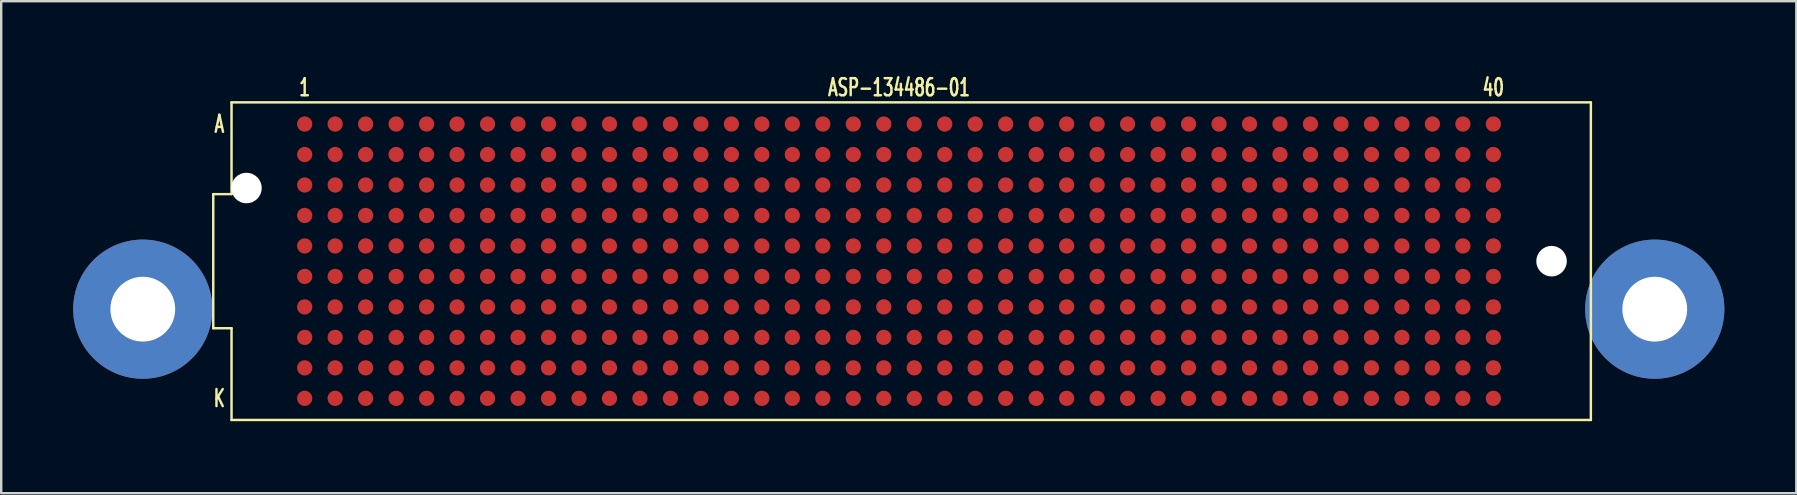
<source format=kicad_pcb>
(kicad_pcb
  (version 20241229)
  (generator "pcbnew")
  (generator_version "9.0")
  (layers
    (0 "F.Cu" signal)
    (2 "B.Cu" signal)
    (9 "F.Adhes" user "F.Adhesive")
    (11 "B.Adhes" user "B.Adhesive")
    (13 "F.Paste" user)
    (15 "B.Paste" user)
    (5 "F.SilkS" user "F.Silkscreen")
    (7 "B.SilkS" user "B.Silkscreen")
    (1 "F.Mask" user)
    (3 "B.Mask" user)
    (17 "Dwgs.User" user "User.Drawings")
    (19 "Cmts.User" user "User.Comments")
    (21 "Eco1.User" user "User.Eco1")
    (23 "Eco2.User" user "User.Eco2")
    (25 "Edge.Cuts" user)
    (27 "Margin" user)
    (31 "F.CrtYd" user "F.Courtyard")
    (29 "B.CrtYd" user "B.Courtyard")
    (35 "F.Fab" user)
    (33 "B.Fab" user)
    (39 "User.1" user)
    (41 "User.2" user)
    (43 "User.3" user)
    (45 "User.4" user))
  (footprint "ASP-134486-01"
    (layer "F.Cu")
    (at 34.411 7.833)
    (property "Reference" "ASP-134486-01" (at 0 -7.239 0) (layer "F.SilkS") (effects (font (size 0.711 0.457) (thickness 0.102))))
    (attr through_hole)
    (fp_line (start -28.575 -2.794) (end -28.575 2.794) (stroke (width 0.102) (type solid)) (layer "F.SilkS"))
    (fp_line (start -28.575 2.794) (end -27.813 2.794) (stroke (width 0.102) (type solid)) (layer "F.SilkS"))
    (fp_line (start -27.813 -6.617) (end -27.813 -2.794) (stroke (width 0.102) (type solid)) (layer "F.SilkS"))
    (fp_line (start -27.813 -2.794) (end -28.575 -2.794) (stroke (width 0.102) (type solid)) (layer "F.SilkS"))
    (fp_line (start -27.813 2.794) (end -27.813 6.617) (stroke (width 0.102) (type solid)) (layer "F.SilkS"))
    (fp_line (start -27.813 6.617) (end 28.829 6.617) (stroke (width 0.102) (type solid)) (layer "F.SilkS"))
    (fp_line (start 28.829 -6.617) (end -27.813 -6.617) (stroke (width 0.102) (type solid)) (layer "F.SilkS"))
    (fp_line (start 28.829 6.617) (end 28.829 -6.617) (stroke (width 0.102) (type solid)) (layer "F.SilkS"))
    (fp_text user "1" (at -24.765 -7.239 0) (layer "F.SilkS") (effects (font (size 0.711 0.457) (thickness 0.102))))
    (fp_text user "40" (at 24.765 -7.239 0) (layer "F.SilkS") (effects (font (size 0.711 0.457) (thickness 0.102))))
    (fp_text user "K" (at -28.321 5.715 0) (layer "F.SilkS") (effects (font (size 0.711 0.457) (thickness 0.102))))
    (fp_text user "A" (at -28.321 -5.715 0) (layer "F.SilkS") (effects (font (size 0.711 0.457) (thickness 0.102))))
    (pad "" np_thru_hole circle (at -27.191 -3.048) (size 1.27 1.27) (drill 1.27) (layers "*.Cu" "*.Mask"))
    (pad "" np_thru_hole circle (at 27.191 0) (size 1.27 1.27) (drill 1.27) (layers "*.Cu" "*.Mask"))
    (pad "41" thru_hole circle (at -31.511 2) (size 5.8 5.8) (drill 2.7) (layers "*.Cu" "*.Mask"))
    (pad "41" thru_hole circle (at 31.491 2) (size 5.8 5.8) (drill 2.7) (layers "*.Cu" "*.Mask"))
    (pad "A1" smd circle (at -24.765 -5.715) (size 0.635 0.635) (layers "F.Cu" "F.Mask" "F.Paste"))
    (pad "A2" smd circle (at -23.495 -5.715) (size 0.635 0.635) (layers "F.Cu" "F.Mask" "F.Paste"))
    (pad "A3" smd circle (at -22.225 -5.715) (size 0.635 0.635) (layers "F.Cu" "F.Mask" "F.Paste"))
    (pad "A4" smd circle (at -20.955 -5.715) (size 0.635 0.635) (layers "F.Cu" "F.Mask" "F.Paste"))
    (pad "A5" smd circle (at -19.685 -5.715) (size 0.635 0.635) (layers "F.Cu" "F.Mask" "F.Paste"))
    (pad "A6" smd circle (at -18.415 -5.715) (size 0.635 0.635) (layers "F.Cu" "F.Mask" "F.Paste"))
    (pad "A7" smd circle (at -17.145 -5.715) (size 0.635 0.635) (layers "F.Cu" "F.Mask" "F.Paste"))
    (pad "A8" smd circle (at -15.875 -5.715) (size 0.635 0.635) (layers "F.Cu" "F.Mask" "F.Paste"))
    (pad "A9" smd circle (at -14.605 -5.715) (size 0.635 0.635) (layers "F.Cu" "F.Mask" "F.Paste"))
    (pad "A10" smd circle (at -13.335 -5.715) (size 0.635 0.635) (layers "F.Cu" "F.Mask" "F.Paste"))
    (pad "A11" smd circle (at -12.065 -5.715) (size 0.635 0.635) (layers "F.Cu" "F.Mask" "F.Paste"))
    (pad "A12" smd circle (at -10.795 -5.715) (size 0.635 0.635) (layers "F.Cu" "F.Mask" "F.Paste"))
    (pad "A13" smd circle (at -9.525 -5.715) (size 0.635 0.635) (layers "F.Cu" "F.Mask" "F.Paste"))
    (pad "A14" smd circle (at -8.255 -5.715) (size 0.635 0.635) (layers "F.Cu" "F.Mask" "F.Paste"))
    (pad "A15" smd circle (at -6.985 -5.715) (size 0.635 0.635) (layers "F.Cu" "F.Mask" "F.Paste"))
    (pad "A16" smd circle (at -5.715 -5.715) (size 0.635 0.635) (layers "F.Cu" "F.Mask" "F.Paste"))
    (pad "A17" smd circle (at -4.445 -5.715) (size 0.635 0.635) (layers "F.Cu" "F.Mask" "F.Paste"))
    (pad "A18" smd circle (at -3.175 -5.715) (size 0.635 0.635) (layers "F.Cu" "F.Mask" "F.Paste"))
    (pad "A19" smd circle (at -1.905 -5.715) (size 0.635 0.635) (layers "F.Cu" "F.Mask" "F.Paste"))
    (pad "A20" smd circle (at -0.635 -5.715) (size 0.635 0.635) (layers "F.Cu" "F.Mask" "F.Paste"))
    (pad "A21" smd circle (at 0.635 -5.715) (size 0.635 0.635) (layers "F.Cu" "F.Mask" "F.Paste"))
    (pad "A22" smd circle (at 1.905 -5.715) (size 0.635 0.635) (layers "F.Cu" "F.Mask" "F.Paste"))
    (pad "A23" smd circle (at 3.175 -5.715) (size 0.635 0.635) (layers "F.Cu" "F.Mask" "F.Paste"))
    (pad "A24" smd circle (at 4.445 -5.715) (size 0.635 0.635) (layers "F.Cu" "F.Mask" "F.Paste"))
    (pad "A25" smd circle (at 5.715 -5.715) (size 0.635 0.635) (layers "F.Cu" "F.Mask" "F.Paste"))
    (pad "A26" smd circle (at 6.985 -5.715) (size 0.635 0.635) (layers "F.Cu" "F.Mask" "F.Paste"))
    (pad "A27" smd circle (at 8.255 -5.715) (size 0.635 0.635) (layers "F.Cu" "F.Mask" "F.Paste"))
    (pad "A28" smd circle (at 9.525 -5.715) (size 0.635 0.635) (layers "F.Cu" "F.Mask" "F.Paste"))
    (pad "A29" smd circle (at 10.795 -5.715) (size 0.635 0.635) (layers "F.Cu" "F.Mask" "F.Paste"))
    (pad "A30" smd circle (at 12.065 -5.715) (size 0.635 0.635) (layers "F.Cu" "F.Mask" "F.Paste"))
    (pad "A31" smd circle (at 13.335 -5.715) (size 0.635 0.635) (layers "F.Cu" "F.Mask" "F.Paste"))
    (pad "A32" smd circle (at 14.605 -5.715) (size 0.635 0.635) (layers "F.Cu" "F.Mask" "F.Paste"))
    (pad "A33" smd circle (at 15.875 -5.715) (size 0.635 0.635) (layers "F.Cu" "F.Mask" "F.Paste"))
    (pad "A34" smd circle (at 17.145 -5.715) (size 0.635 0.635) (layers "F.Cu" "F.Mask" "F.Paste"))
    (pad "A35" smd circle (at 18.415 -5.715) (size 0.635 0.635) (layers "F.Cu" "F.Mask" "F.Paste"))
    (pad "A36" smd circle (at 19.685 -5.715) (size 0.635 0.635) (layers "F.Cu" "F.Mask" "F.Paste"))
    (pad "A37" smd circle (at 20.955 -5.715) (size 0.635 0.635) (layers "F.Cu" "F.Mask" "F.Paste"))
    (pad "A38" smd circle (at 22.225 -5.715) (size 0.635 0.635) (layers "F.Cu" "F.Mask" "F.Paste"))
    (pad "A39" smd circle (at 23.495 -5.715) (size 0.635 0.635) (layers "F.Cu" "F.Mask" "F.Paste"))
    (pad "A40" smd circle (at 24.765 -5.715) (size 0.635 0.635) (layers "F.Cu" "F.Mask" "F.Paste"))
    (pad "B1" smd circle (at -24.765 -4.445) (size 0.635 0.635) (layers "F.Cu" "F.Mask" "F.Paste"))
    (pad "B2" smd circle (at -23.495 -4.445) (size 0.635 0.635) (layers "F.Cu" "F.Mask" "F.Paste"))
    (pad "B3" smd circle (at -22.225 -4.445) (size 0.635 0.635) (layers "F.Cu" "F.Mask" "F.Paste"))
    (pad "B4" smd circle (at -20.955 -4.445) (size 0.635 0.635) (layers "F.Cu" "F.Mask" "F.Paste"))
    (pad "B5" smd circle (at -19.685 -4.445) (size 0.635 0.635) (layers "F.Cu" "F.Mask" "F.Paste"))
    (pad "B6" smd circle (at -18.415 -4.445) (size 0.635 0.635) (layers "F.Cu" "F.Mask" "F.Paste"))
    (pad "B7" smd circle (at -17.145 -4.445) (size 0.635 0.635) (layers "F.Cu" "F.Mask" "F.Paste"))
    (pad "B8" smd circle (at -15.875 -4.445) (size 0.635 0.635) (layers "F.Cu" "F.Mask" "F.Paste"))
    (pad "B9" smd circle (at -14.605 -4.445) (size 0.635 0.635) (layers "F.Cu" "F.Mask" "F.Paste"))
    (pad "B10" smd circle (at -13.335 -4.445) (size 0.635 0.635) (layers "F.Cu" "F.Mask" "F.Paste"))
    (pad "B11" smd circle (at -12.065 -4.445) (size 0.635 0.635) (layers "F.Cu" "F.Mask" "F.Paste"))
    (pad "B12" smd circle (at -10.795 -4.445) (size 0.635 0.635) (layers "F.Cu" "F.Mask" "F.Paste"))
    (pad "B13" smd circle (at -9.525 -4.445) (size 0.635 0.635) (layers "F.Cu" "F.Mask" "F.Paste"))
    (pad "B14" smd circle (at -8.255 -4.445) (size 0.635 0.635) (layers "F.Cu" "F.Mask" "F.Paste"))
    (pad "B15" smd circle (at -6.985 -4.445) (size 0.635 0.635) (layers "F.Cu" "F.Mask" "F.Paste"))
    (pad "B16" smd circle (at -5.715 -4.445) (size 0.635 0.635) (layers "F.Cu" "F.Mask" "F.Paste"))
    (pad "B17" smd circle (at -4.445 -4.445) (size 0.635 0.635) (layers "F.Cu" "F.Mask" "F.Paste"))
    (pad "B18" smd circle (at -3.175 -4.445) (size 0.635 0.635) (layers "F.Cu" "F.Mask" "F.Paste"))
    (pad "B19" smd circle (at -1.905 -4.445) (size 0.635 0.635) (layers "F.Cu" "F.Mask" "F.Paste"))
    (pad "B20" smd circle (at -0.635 -4.445) (size 0.635 0.635) (layers "F.Cu" "F.Mask" "F.Paste"))
    (pad "B21" smd circle (at 0.635 -4.445) (size 0.635 0.635) (layers "F.Cu" "F.Mask" "F.Paste"))
    (pad "B22" smd circle (at 1.905 -4.445) (size 0.635 0.635) (layers "F.Cu" "F.Mask" "F.Paste"))
    (pad "B23" smd circle (at 3.175 -4.445) (size 0.635 0.635) (layers "F.Cu" "F.Mask" "F.Paste"))
    (pad "B24" smd circle (at 4.445 -4.445) (size 0.635 0.635) (layers "F.Cu" "F.Mask" "F.Paste"))
    (pad "B25" smd circle (at 5.715 -4.445) (size 0.635 0.635) (layers "F.Cu" "F.Mask" "F.Paste"))
    (pad "B26" smd circle (at 6.985 -4.445) (size 0.635 0.635) (layers "F.Cu" "F.Mask" "F.Paste"))
    (pad "B27" smd circle (at 8.255 -4.445) (size 0.635 0.635) (layers "F.Cu" "F.Mask" "F.Paste"))
    (pad "B28" smd circle (at 9.525 -4.445) (size 0.635 0.635) (layers "F.Cu" "F.Mask" "F.Paste"))
    (pad "B29" smd circle (at 10.795 -4.445) (size 0.635 0.635) (layers "F.Cu" "F.Mask" "F.Paste"))
    (pad "B30" smd circle (at 12.065 -4.445) (size 0.635 0.635) (layers "F.Cu" "F.Mask" "F.Paste"))
    (pad "B31" smd circle (at 13.335 -4.445) (size 0.635 0.635) (layers "F.Cu" "F.Mask" "F.Paste"))
    (pad "B32" smd circle (at 14.605 -4.445) (size 0.635 0.635) (layers "F.Cu" "F.Mask" "F.Paste"))
    (pad "B33" smd circle (at 15.875 -4.445) (size 0.635 0.635) (layers "F.Cu" "F.Mask" "F.Paste"))
    (pad "B34" smd circle (at 17.145 -4.445) (size 0.635 0.635) (layers "F.Cu" "F.Mask" "F.Paste"))
    (pad "B35" smd circle (at 18.415 -4.445) (size 0.635 0.635) (layers "F.Cu" "F.Mask" "F.Paste"))
    (pad "B36" smd circle (at 19.685 -4.445) (size 0.635 0.635) (layers "F.Cu" "F.Mask" "F.Paste"))
    (pad "B37" smd circle (at 20.955 -4.445) (size 0.635 0.635) (layers "F.Cu" "F.Mask" "F.Paste"))
    (pad "B38" smd circle (at 22.225 -4.445) (size 0.635 0.635) (layers "F.Cu" "F.Mask" "F.Paste"))
    (pad "B39" smd circle (at 23.495 -4.445) (size 0.635 0.635) (layers "F.Cu" "F.Mask" "F.Paste"))
    (pad "B40" smd circle (at 24.765 -4.445) (size 0.635 0.635) (layers "F.Cu" "F.Mask" "F.Paste"))
    (pad "C1" smd circle (at -24.765 -3.175) (size 0.635 0.635) (layers "F.Cu" "F.Mask" "F.Paste"))
    (pad "C2" smd circle (at -23.495 -3.175) (size 0.635 0.635) (layers "F.Cu" "F.Mask" "F.Paste"))
    (pad "C3" smd circle (at -22.225 -3.175) (size 0.635 0.635) (layers "F.Cu" "F.Mask" "F.Paste"))
    (pad "C4" smd circle (at -20.955 -3.175) (size 0.635 0.635) (layers "F.Cu" "F.Mask" "F.Paste"))
    (pad "C5" smd circle (at -19.685 -3.175) (size 0.635 0.635) (layers "F.Cu" "F.Mask" "F.Paste"))
    (pad "C6" smd circle (at -18.415 -3.175) (size 0.635 0.635) (layers "F.Cu" "F.Mask" "F.Paste"))
    (pad "C7" smd circle (at -17.145 -3.175) (size 0.635 0.635) (layers "F.Cu" "F.Mask" "F.Paste"))
    (pad "C8" smd circle (at -15.875 -3.175) (size 0.635 0.635) (layers "F.Cu" "F.Mask" "F.Paste"))
    (pad "C9" smd circle (at -14.605 -3.175) (size 0.635 0.635) (layers "F.Cu" "F.Mask" "F.Paste"))
    (pad "C10" smd circle (at -13.335 -3.175) (size 0.635 0.635) (layers "F.Cu" "F.Mask" "F.Paste"))
    (pad "C11" smd circle (at -12.065 -3.175) (size 0.635 0.635) (layers "F.Cu" "F.Mask" "F.Paste"))
    (pad "C12" smd circle (at -10.795 -3.175) (size 0.635 0.635) (layers "F.Cu" "F.Mask" "F.Paste"))
    (pad "C13" smd circle (at -9.525 -3.175) (size 0.635 0.635) (layers "F.Cu" "F.Mask" "F.Paste"))
    (pad "C14" smd circle (at -8.255 -3.175) (size 0.635 0.635) (layers "F.Cu" "F.Mask" "F.Paste"))
    (pad "C15" smd circle (at -6.985 -3.175) (size 0.635 0.635) (layers "F.Cu" "F.Mask" "F.Paste"))
    (pad "C16" smd circle (at -5.715 -3.175) (size 0.635 0.635) (layers "F.Cu" "F.Mask" "F.Paste"))
    (pad "C17" smd circle (at -4.445 -3.175) (size 0.635 0.635) (layers "F.Cu" "F.Mask" "F.Paste"))
    (pad "C18" smd circle (at -3.175 -3.175) (size 0.635 0.635) (layers "F.Cu" "F.Mask" "F.Paste"))
    (pad "C19" smd circle (at -1.905 -3.175) (size 0.635 0.635) (layers "F.Cu" "F.Mask" "F.Paste"))
    (pad "C20" smd circle (at -0.635 -3.175) (size 0.635 0.635) (layers "F.Cu" "F.Mask" "F.Paste"))
    (pad "C21" smd circle (at 0.635 -3.175) (size 0.635 0.635) (layers "F.Cu" "F.Mask" "F.Paste"))
    (pad "C22" smd circle (at 1.905 -3.175) (size 0.635 0.635) (layers "F.Cu" "F.Mask" "F.Paste"))
    (pad "C23" smd circle (at 3.175 -3.175) (size 0.635 0.635) (layers "F.Cu" "F.Mask" "F.Paste"))
    (pad "C24" smd circle (at 4.445 -3.175) (size 0.635 0.635) (layers "F.Cu" "F.Mask" "F.Paste"))
    (pad "C25" smd circle (at 5.715 -3.175) (size 0.635 0.635) (layers "F.Cu" "F.Mask" "F.Paste"))
    (pad "C26" smd circle (at 6.985 -3.175) (size 0.635 0.635) (layers "F.Cu" "F.Mask" "F.Paste"))
    (pad "C27" smd circle (at 8.255 -3.175) (size 0.635 0.635) (layers "F.Cu" "F.Mask" "F.Paste"))
    (pad "C28" smd circle (at 9.525 -3.175) (size 0.635 0.635) (layers "F.Cu" "F.Mask" "F.Paste"))
    (pad "C29" smd circle (at 10.795 -3.175) (size 0.635 0.635) (layers "F.Cu" "F.Mask" "F.Paste"))
    (pad "C30" smd circle (at 12.065 -3.175) (size 0.635 0.635) (layers "F.Cu" "F.Mask" "F.Paste"))
    (pad "C31" smd circle (at 13.335 -3.175) (size 0.635 0.635) (layers "F.Cu" "F.Mask" "F.Paste"))
    (pad "C32" smd circle (at 14.605 -3.175) (size 0.635 0.635) (layers "F.Cu" "F.Mask" "F.Paste"))
    (pad "C33" smd circle (at 15.875 -3.175) (size 0.635 0.635) (layers "F.Cu" "F.Mask" "F.Paste"))
    (pad "C34" smd circle (at 17.145 -3.175) (size 0.635 0.635) (layers "F.Cu" "F.Mask" "F.Paste"))
    (pad "C35" smd circle (at 18.415 -3.175) (size 0.635 0.635) (layers "F.Cu" "F.Mask" "F.Paste"))
    (pad "C36" smd circle (at 19.685 -3.175) (size 0.635 0.635) (layers "F.Cu" "F.Mask" "F.Paste"))
    (pad "C37" smd circle (at 20.955 -3.175) (size 0.635 0.635) (layers "F.Cu" "F.Mask" "F.Paste"))
    (pad "C38" smd circle (at 22.225 -3.175) (size 0.635 0.635) (layers "F.Cu" "F.Mask" "F.Paste"))
    (pad "C39" smd circle (at 23.495 -3.175) (size 0.635 0.635) (layers "F.Cu" "F.Mask" "F.Paste"))
    (pad "C40" smd circle (at 24.765 -3.175) (size 0.635 0.635) (layers "F.Cu" "F.Mask" "F.Paste"))
    (pad "D1" smd circle (at -24.765 -1.905) (size 0.635 0.635) (layers "F.Cu" "F.Mask" "F.Paste"))
    (pad "D2" smd circle (at -23.495 -1.905) (size 0.635 0.635) (layers "F.Cu" "F.Mask" "F.Paste"))
    (pad "D3" smd circle (at -22.225 -1.905) (size 0.635 0.635) (layers "F.Cu" "F.Mask" "F.Paste"))
    (pad "D4" smd circle (at -20.955 -1.905) (size 0.635 0.635) (layers "F.Cu" "F.Mask" "F.Paste"))
    (pad "D5" smd circle (at -19.685 -1.905) (size 0.635 0.635) (layers "F.Cu" "F.Mask" "F.Paste"))
    (pad "D6" smd circle (at -18.415 -1.905) (size 0.635 0.635) (layers "F.Cu" "F.Mask" "F.Paste"))
    (pad "D7" smd circle (at -17.145 -1.905) (size 0.635 0.635) (layers "F.Cu" "F.Mask" "F.Paste"))
    (pad "D8" smd circle (at -15.875 -1.905) (size 0.635 0.635) (layers "F.Cu" "F.Mask" "F.Paste"))
    (pad "D9" smd circle (at -14.605 -1.905) (size 0.635 0.635) (layers "F.Cu" "F.Mask" "F.Paste"))
    (pad "D10" smd circle (at -13.335 -1.905) (size 0.635 0.635) (layers "F.Cu" "F.Mask" "F.Paste"))
    (pad "D11" smd circle (at -12.065 -1.905) (size 0.635 0.635) (layers "F.Cu" "F.Mask" "F.Paste"))
    (pad "D12" smd circle (at -10.795 -1.905) (size 0.635 0.635) (layers "F.Cu" "F.Mask" "F.Paste"))
    (pad "D13" smd circle (at -9.525 -1.905) (size 0.635 0.635) (layers "F.Cu" "F.Mask" "F.Paste"))
    (pad "D14" smd circle (at -8.255 -1.905) (size 0.635 0.635) (layers "F.Cu" "F.Mask" "F.Paste"))
    (pad "D15" smd circle (at -6.985 -1.905) (size 0.635 0.635) (layers "F.Cu" "F.Mask" "F.Paste"))
    (pad "D16" smd circle (at -5.715 -1.905) (size 0.635 0.635) (layers "F.Cu" "F.Mask" "F.Paste"))
    (pad "D17" smd circle (at -4.445 -1.905) (size 0.635 0.635) (layers "F.Cu" "F.Mask" "F.Paste"))
    (pad "D18" smd circle (at -3.175 -1.905) (size 0.635 0.635) (layers "F.Cu" "F.Mask" "F.Paste"))
    (pad "D19" smd circle (at -1.905 -1.905) (size 0.635 0.635) (layers "F.Cu" "F.Mask" "F.Paste"))
    (pad "D20" smd circle (at -0.635 -1.905) (size 0.635 0.635) (layers "F.Cu" "F.Mask" "F.Paste"))
    (pad "D21" smd circle (at 0.635 -1.905) (size 0.635 0.635) (layers "F.Cu" "F.Mask" "F.Paste"))
    (pad "D22" smd circle (at 1.905 -1.905) (size 0.635 0.635) (layers "F.Cu" "F.Mask" "F.Paste"))
    (pad "D23" smd circle (at 3.175 -1.905) (size 0.635 0.635) (layers "F.Cu" "F.Mask" "F.Paste"))
    (pad "D24" smd circle (at 4.445 -1.905) (size 0.635 0.635) (layers "F.Cu" "F.Mask" "F.Paste"))
    (pad "D25" smd circle (at 5.715 -1.905) (size 0.635 0.635) (layers "F.Cu" "F.Mask" "F.Paste"))
    (pad "D26" smd circle (at 6.985 -1.905) (size 0.635 0.635) (layers "F.Cu" "F.Mask" "F.Paste"))
    (pad "D27" smd circle (at 8.255 -1.905) (size 0.635 0.635) (layers "F.Cu" "F.Mask" "F.Paste"))
    (pad "D28" smd circle (at 9.525 -1.905) (size 0.635 0.635) (layers "F.Cu" "F.Mask" "F.Paste"))
    (pad "D29" smd circle (at 10.795 -1.905) (size 0.635 0.635) (layers "F.Cu" "F.Mask" "F.Paste"))
    (pad "D30" smd circle (at 12.065 -1.905) (size 0.635 0.635) (layers "F.Cu" "F.Mask" "F.Paste"))
    (pad "D31" smd circle (at 13.335 -1.905) (size 0.635 0.635) (layers "F.Cu" "F.Mask" "F.Paste"))
    (pad "D32" smd circle (at 14.605 -1.905) (size 0.635 0.635) (layers "F.Cu" "F.Mask" "F.Paste"))
    (pad "D33" smd circle (at 15.875 -1.905) (size 0.635 0.635) (layers "F.Cu" "F.Mask" "F.Paste"))
    (pad "D34" smd circle (at 17.145 -1.905) (size 0.635 0.635) (layers "F.Cu" "F.Mask" "F.Paste"))
    (pad "D35" smd circle (at 18.415 -1.905) (size 0.635 0.635) (layers "F.Cu" "F.Mask" "F.Paste"))
    (pad "D36" smd circle (at 19.685 -1.905) (size 0.635 0.635) (layers "F.Cu" "F.Mask" "F.Paste"))
    (pad "D37" smd circle (at 20.955 -1.905) (size 0.635 0.635) (layers "F.Cu" "F.Mask" "F.Paste"))
    (pad "D38" smd circle (at 22.225 -1.905) (size 0.635 0.635) (layers "F.Cu" "F.Mask" "F.Paste"))
    (pad "D39" smd circle (at 23.495 -1.905) (size 0.635 0.635) (layers "F.Cu" "F.Mask" "F.Paste"))
    (pad "D40" smd circle (at 24.765 -1.905) (size 0.635 0.635) (layers "F.Cu" "F.Mask" "F.Paste"))
    (pad "E1" smd circle (at -24.765 -0.635) (size 0.635 0.635) (layers "F.Cu" "F.Mask" "F.Paste"))
    (pad "E2" smd circle (at -23.495 -0.635) (size 0.635 0.635) (layers "F.Cu" "F.Mask" "F.Paste"))
    (pad "E3" smd circle (at -22.225 -0.635) (size 0.635 0.635) (layers "F.Cu" "F.Mask" "F.Paste"))
    (pad "E4" smd circle (at -20.955 -0.635) (size 0.635 0.635) (layers "F.Cu" "F.Mask" "F.Paste"))
    (pad "E5" smd circle (at -19.685 -0.635) (size 0.635 0.635) (layers "F.Cu" "F.Mask" "F.Paste"))
    (pad "E6" smd circle (at -18.415 -0.635) (size 0.635 0.635) (layers "F.Cu" "F.Mask" "F.Paste"))
    (pad "E7" smd circle (at -17.145 -0.635) (size 0.635 0.635) (layers "F.Cu" "F.Mask" "F.Paste"))
    (pad "E8" smd circle (at -15.875 -0.635) (size 0.635 0.635) (layers "F.Cu" "F.Mask" "F.Paste"))
    (pad "E9" smd circle (at -14.605 -0.635) (size 0.635 0.635) (layers "F.Cu" "F.Mask" "F.Paste"))
    (pad "E10" smd circle (at -13.335 -0.635) (size 0.635 0.635) (layers "F.Cu" "F.Mask" "F.Paste"))
    (pad "E11" smd circle (at -12.065 -0.635) (size 0.635 0.635) (layers "F.Cu" "F.Mask" "F.Paste"))
    (pad "E12" smd circle (at -10.795 -0.635) (size 0.635 0.635) (layers "F.Cu" "F.Mask" "F.Paste"))
    (pad "E13" smd circle (at -9.525 -0.635) (size 0.635 0.635) (layers "F.Cu" "F.Mask" "F.Paste"))
    (pad "E14" smd circle (at -8.255 -0.635) (size 0.635 0.635) (layers "F.Cu" "F.Mask" "F.Paste"))
    (pad "E15" smd circle (at -6.985 -0.635) (size 0.635 0.635) (layers "F.Cu" "F.Mask" "F.Paste"))
    (pad "E16" smd circle (at -5.715 -0.635) (size 0.635 0.635) (layers "F.Cu" "F.Mask" "F.Paste"))
    (pad "E17" smd circle (at -4.445 -0.635) (size 0.635 0.635) (layers "F.Cu" "F.Mask" "F.Paste"))
    (pad "E18" smd circle (at -3.175 -0.635) (size 0.635 0.635) (layers "F.Cu" "F.Mask" "F.Paste"))
    (pad "E19" smd circle (at -1.905 -0.635) (size 0.635 0.635) (layers "F.Cu" "F.Mask" "F.Paste"))
    (pad "E20" smd circle (at -0.635 -0.635) (size 0.635 0.635) (layers "F.Cu" "F.Mask" "F.Paste"))
    (pad "E21" smd circle (at 0.635 -0.635) (size 0.635 0.635) (layers "F.Cu" "F.Mask" "F.Paste"))
    (pad "E22" smd circle (at 1.905 -0.635) (size 0.635 0.635) (layers "F.Cu" "F.Mask" "F.Paste"))
    (pad "E23" smd circle (at 3.175 -0.635) (size 0.635 0.635) (layers "F.Cu" "F.Mask" "F.Paste"))
    (pad "E24" smd circle (at 4.445 -0.635) (size 0.635 0.635) (layers "F.Cu" "F.Mask" "F.Paste"))
    (pad "E25" smd circle (at 5.715 -0.635) (size 0.635 0.635) (layers "F.Cu" "F.Mask" "F.Paste"))
    (pad "E26" smd circle (at 6.985 -0.635) (size 0.635 0.635) (layers "F.Cu" "F.Mask" "F.Paste"))
    (pad "E27" smd circle (at 8.255 -0.635) (size 0.635 0.635) (layers "F.Cu" "F.Mask" "F.Paste"))
    (pad "E28" smd circle (at 9.525 -0.635) (size 0.635 0.635) (layers "F.Cu" "F.Mask" "F.Paste"))
    (pad "E29" smd circle (at 10.795 -0.635) (size 0.635 0.635) (layers "F.Cu" "F.Mask" "F.Paste"))
    (pad "E30" smd circle (at 12.065 -0.635) (size 0.635 0.635) (layers "F.Cu" "F.Mask" "F.Paste"))
    (pad "E31" smd circle (at 13.335 -0.635) (size 0.635 0.635) (layers "F.Cu" "F.Mask" "F.Paste"))
    (pad "E32" smd circle (at 14.605 -0.635) (size 0.635 0.635) (layers "F.Cu" "F.Mask" "F.Paste"))
    (pad "E33" smd circle (at 15.875 -0.635) (size 0.635 0.635) (layers "F.Cu" "F.Mask" "F.Paste"))
    (pad "E34" smd circle (at 17.145 -0.635) (size 0.635 0.635) (layers "F.Cu" "F.Mask" "F.Paste"))
    (pad "E35" smd circle (at 18.415 -0.635) (size 0.635 0.635) (layers "F.Cu" "F.Mask" "F.Paste"))
    (pad "E36" smd circle (at 19.685 -0.635) (size 0.635 0.635) (layers "F.Cu" "F.Mask" "F.Paste"))
    (pad "E37" smd circle (at 20.955 -0.635) (size 0.635 0.635) (layers "F.Cu" "F.Mask" "F.Paste"))
    (pad "E38" smd circle (at 22.225 -0.635) (size 0.635 0.635) (layers "F.Cu" "F.Mask" "F.Paste"))
    (pad "E39" smd circle (at 23.495 -0.635) (size 0.635 0.635) (layers "F.Cu" "F.Mask" "F.Paste"))
    (pad "E40" smd circle (at 24.765 -0.635) (size 0.635 0.635) (layers "F.Cu" "F.Mask" "F.Paste"))
    (pad "F1" smd circle (at -24.765 0.635) (size 0.635 0.635) (layers "F.Cu" "F.Mask" "F.Paste"))
    (pad "F2" smd circle (at -23.495 0.635) (size 0.635 0.635) (layers "F.Cu" "F.Mask" "F.Paste"))
    (pad "F3" smd circle (at -22.225 0.635) (size 0.635 0.635) (layers "F.Cu" "F.Mask" "F.Paste"))
    (pad "F4" smd circle (at -20.955 0.635) (size 0.635 0.635) (layers "F.Cu" "F.Mask" "F.Paste"))
    (pad "F5" smd circle (at -19.685 0.635) (size 0.635 0.635) (layers "F.Cu" "F.Mask" "F.Paste"))
    (pad "F6" smd circle (at -18.415 0.635) (size 0.635 0.635) (layers "F.Cu" "F.Mask" "F.Paste"))
    (pad "F7" smd circle (at -17.145 0.635) (size 0.635 0.635) (layers "F.Cu" "F.Mask" "F.Paste"))
    (pad "F8" smd circle (at -15.875 0.635) (size 0.635 0.635) (layers "F.Cu" "F.Mask" "F.Paste"))
    (pad "F9" smd circle (at -14.605 0.635) (size 0.635 0.635) (layers "F.Cu" "F.Mask" "F.Paste"))
    (pad "F10" smd circle (at -13.335 0.635) (size 0.635 0.635) (layers "F.Cu" "F.Mask" "F.Paste"))
    (pad "F11" smd circle (at -12.065 0.635) (size 0.635 0.635) (layers "F.Cu" "F.Mask" "F.Paste"))
    (pad "F12" smd circle (at -10.795 0.635) (size 0.635 0.635) (layers "F.Cu" "F.Mask" "F.Paste"))
    (pad "F13" smd circle (at -9.525 0.635) (size 0.635 0.635) (layers "F.Cu" "F.Mask" "F.Paste"))
    (pad "F14" smd circle (at -8.255 0.635) (size 0.635 0.635) (layers "F.Cu" "F.Mask" "F.Paste"))
    (pad "F15" smd circle (at -6.985 0.635) (size 0.635 0.635) (layers "F.Cu" "F.Mask" "F.Paste"))
    (pad "F16" smd circle (at -5.715 0.635) (size 0.635 0.635) (layers "F.Cu" "F.Mask" "F.Paste"))
    (pad "F17" smd circle (at -4.445 0.635) (size 0.635 0.635) (layers "F.Cu" "F.Mask" "F.Paste"))
    (pad "F18" smd circle (at -3.175 0.635) (size 0.635 0.635) (layers "F.Cu" "F.Mask" "F.Paste"))
    (pad "F19" smd circle (at -1.905 0.635) (size 0.635 0.635) (layers "F.Cu" "F.Mask" "F.Paste"))
    (pad "F20" smd circle (at -0.635 0.635) (size 0.635 0.635) (layers "F.Cu" "F.Mask" "F.Paste"))
    (pad "F21" smd circle (at 0.635 0.635) (size 0.635 0.635) (layers "F.Cu" "F.Mask" "F.Paste"))
    (pad "F22" smd circle (at 1.905 0.635) (size 0.635 0.635) (layers "F.Cu" "F.Mask" "F.Paste"))
    (pad "F23" smd circle (at 3.175 0.635) (size 0.635 0.635) (layers "F.Cu" "F.Mask" "F.Paste"))
    (pad "F24" smd circle (at 4.445 0.635) (size 0.635 0.635) (layers "F.Cu" "F.Mask" "F.Paste"))
    (pad "F25" smd circle (at 5.715 0.635) (size 0.635 0.635) (layers "F.Cu" "F.Mask" "F.Paste"))
    (pad "F26" smd circle (at 6.985 0.635) (size 0.635 0.635) (layers "F.Cu" "F.Mask" "F.Paste"))
    (pad "F27" smd circle (at 8.255 0.635) (size 0.635 0.635) (layers "F.Cu" "F.Mask" "F.Paste"))
    (pad "F28" smd circle (at 9.525 0.635) (size 0.635 0.635) (layers "F.Cu" "F.Mask" "F.Paste"))
    (pad "F29" smd circle (at 10.795 0.635) (size 0.635 0.635) (layers "F.Cu" "F.Mask" "F.Paste"))
    (pad "F30" smd circle (at 12.065 0.635) (size 0.635 0.635) (layers "F.Cu" "F.Mask" "F.Paste"))
    (pad "F31" smd circle (at 13.335 0.635) (size 0.635 0.635) (layers "F.Cu" "F.Mask" "F.Paste"))
    (pad "F32" smd circle (at 14.605 0.635) (size 0.635 0.635) (layers "F.Cu" "F.Mask" "F.Paste"))
    (pad "F33" smd circle (at 15.875 0.635) (size 0.635 0.635) (layers "F.Cu" "F.Mask" "F.Paste"))
    (pad "F34" smd circle (at 17.145 0.635) (size 0.635 0.635) (layers "F.Cu" "F.Mask" "F.Paste"))
    (pad "F35" smd circle (at 18.415 0.635) (size 0.635 0.635) (layers "F.Cu" "F.Mask" "F.Paste"))
    (pad "F36" smd circle (at 19.685 0.635) (size 0.635 0.635) (layers "F.Cu" "F.Mask" "F.Paste"))
    (pad "F37" smd circle (at 20.955 0.635) (size 0.635 0.635) (layers "F.Cu" "F.Mask" "F.Paste"))
    (pad "F38" smd circle (at 22.225 0.635) (size 0.635 0.635) (layers "F.Cu" "F.Mask" "F.Paste"))
    (pad "F39" smd circle (at 23.495 0.635) (size 0.635 0.635) (layers "F.Cu" "F.Mask" "F.Paste"))
    (pad "F40" smd circle (at 24.765 0.635) (size 0.635 0.635) (layers "F.Cu" "F.Mask" "F.Paste"))
    (pad "G1" smd circle (at -24.765 1.905) (size 0.635 0.635) (layers "F.Cu" "F.Mask" "F.Paste"))
    (pad "G2" smd circle (at -23.495 1.905) (size 0.635 0.635) (layers "F.Cu" "F.Mask" "F.Paste"))
    (pad "G3" smd circle (at -22.225 1.905) (size 0.635 0.635) (layers "F.Cu" "F.Mask" "F.Paste"))
    (pad "G4" smd circle (at -20.955 1.905) (size 0.635 0.635) (layers "F.Cu" "F.Mask" "F.Paste"))
    (pad "G5" smd circle (at -19.685 1.905) (size 0.635 0.635) (layers "F.Cu" "F.Mask" "F.Paste"))
    (pad "G6" smd circle (at -18.415 1.905) (size 0.635 0.635) (layers "F.Cu" "F.Mask" "F.Paste"))
    (pad "G7" smd circle (at -17.145 1.905) (size 0.635 0.635) (layers "F.Cu" "F.Mask" "F.Paste"))
    (pad "G8" smd circle (at -15.875 1.905) (size 0.635 0.635) (layers "F.Cu" "F.Mask" "F.Paste"))
    (pad "G9" smd circle (at -14.605 1.905) (size 0.635 0.635) (layers "F.Cu" "F.Mask" "F.Paste"))
    (pad "G10" smd circle (at -13.335 1.905) (size 0.635 0.635) (layers "F.Cu" "F.Mask" "F.Paste"))
    (pad "G11" smd circle (at -12.065 1.905) (size 0.635 0.635) (layers "F.Cu" "F.Mask" "F.Paste"))
    (pad "G12" smd circle (at -10.795 1.905) (size 0.635 0.635) (layers "F.Cu" "F.Mask" "F.Paste"))
    (pad "G13" smd circle (at -9.525 1.905) (size 0.635 0.635) (layers "F.Cu" "F.Mask" "F.Paste"))
    (pad "G14" smd circle (at -8.255 1.905) (size 0.635 0.635) (layers "F.Cu" "F.Mask" "F.Paste"))
    (pad "G15" smd circle (at -6.985 1.905) (size 0.635 0.635) (layers "F.Cu" "F.Mask" "F.Paste"))
    (pad "G16" smd circle (at -5.715 1.905) (size 0.635 0.635) (layers "F.Cu" "F.Mask" "F.Paste"))
    (pad "G17" smd circle (at -4.445 1.905) (size 0.635 0.635) (layers "F.Cu" "F.Mask" "F.Paste"))
    (pad "G18" smd circle (at -3.175 1.905) (size 0.635 0.635) (layers "F.Cu" "F.Mask" "F.Paste"))
    (pad "G19" smd circle (at -1.905 1.905) (size 0.635 0.635) (layers "F.Cu" "F.Mask" "F.Paste"))
    (pad "G20" smd circle (at -0.635 1.905) (size 0.635 0.635) (layers "F.Cu" "F.Mask" "F.Paste"))
    (pad "G21" smd circle (at 0.635 1.905) (size 0.635 0.635) (layers "F.Cu" "F.Mask" "F.Paste"))
    (pad "G22" smd circle (at 1.905 1.905) (size 0.635 0.635) (layers "F.Cu" "F.Mask" "F.Paste"))
    (pad "G23" smd circle (at 3.175 1.905) (size 0.635 0.635) (layers "F.Cu" "F.Mask" "F.Paste"))
    (pad "G24" smd circle (at 4.445 1.905) (size 0.635 0.635) (layers "F.Cu" "F.Mask" "F.Paste"))
    (pad "G25" smd circle (at 5.715 1.905) (size 0.635 0.635) (layers "F.Cu" "F.Mask" "F.Paste"))
    (pad "G26" smd circle (at 6.985 1.905) (size 0.635 0.635) (layers "F.Cu" "F.Mask" "F.Paste"))
    (pad "G27" smd circle (at 8.255 1.905) (size 0.635 0.635) (layers "F.Cu" "F.Mask" "F.Paste"))
    (pad "G28" smd circle (at 9.525 1.905) (size 0.635 0.635) (layers "F.Cu" "F.Mask" "F.Paste"))
    (pad "G29" smd circle (at 10.795 1.905) (size 0.635 0.635) (layers "F.Cu" "F.Mask" "F.Paste"))
    (pad "G30" smd circle (at 12.065 1.905) (size 0.635 0.635) (layers "F.Cu" "F.Mask" "F.Paste"))
    (pad "G31" smd circle (at 13.335 1.905) (size 0.635 0.635) (layers "F.Cu" "F.Mask" "F.Paste"))
    (pad "G32" smd circle (at 14.605 1.905) (size 0.635 0.635) (layers "F.Cu" "F.Mask" "F.Paste"))
    (pad "G33" smd circle (at 15.875 1.905) (size 0.635 0.635) (layers "F.Cu" "F.Mask" "F.Paste"))
    (pad "G34" smd circle (at 17.145 1.905) (size 0.635 0.635) (layers "F.Cu" "F.Mask" "F.Paste"))
    (pad "G35" smd circle (at 18.415 1.905) (size 0.635 0.635) (layers "F.Cu" "F.Mask" "F.Paste"))
    (pad "G36" smd circle (at 19.685 1.905) (size 0.635 0.635) (layers "F.Cu" "F.Mask" "F.Paste"))
    (pad "G37" smd circle (at 20.955 1.905) (size 0.635 0.635) (layers "F.Cu" "F.Mask" "F.Paste"))
    (pad "G38" smd circle (at 22.225 1.905) (size 0.635 0.635) (layers "F.Cu" "F.Mask" "F.Paste"))
    (pad "G39" smd circle (at 23.495 1.905) (size 0.635 0.635) (layers "F.Cu" "F.Mask" "F.Paste"))
    (pad "G40" smd circle (at 24.765 1.905) (size 0.635 0.635) (layers "F.Cu" "F.Mask" "F.Paste"))
    (pad "H1" smd circle (at -24.765 3.175) (size 0.635 0.635) (layers "F.Cu" "F.Mask" "F.Paste"))
    (pad "H2" smd circle (at -23.495 3.175) (size 0.635 0.635) (layers "F.Cu" "F.Mask" "F.Paste"))
    (pad "H3" smd circle (at -22.225 3.175) (size 0.635 0.635) (layers "F.Cu" "F.Mask" "F.Paste"))
    (pad "H4" smd circle (at -20.955 3.175) (size 0.635 0.635) (layers "F.Cu" "F.Mask" "F.Paste"))
    (pad "H5" smd circle (at -19.685 3.175) (size 0.635 0.635) (layers "F.Cu" "F.Mask" "F.Paste"))
    (pad "H6" smd circle (at -18.415 3.175) (size 0.635 0.635) (layers "F.Cu" "F.Mask" "F.Paste"))
    (pad "H7" smd circle (at -17.145 3.175) (size 0.635 0.635) (layers "F.Cu" "F.Mask" "F.Paste"))
    (pad "H8" smd circle (at -15.875 3.175) (size 0.635 0.635) (layers "F.Cu" "F.Mask" "F.Paste"))
    (pad "H9" smd circle (at -14.605 3.175) (size 0.635 0.635) (layers "F.Cu" "F.Mask" "F.Paste"))
    (pad "H10" smd circle (at -13.335 3.175) (size 0.635 0.635) (layers "F.Cu" "F.Mask" "F.Paste"))
    (pad "H11" smd circle (at -12.065 3.175) (size 0.635 0.635) (layers "F.Cu" "F.Mask" "F.Paste"))
    (pad "H12" smd circle (at -10.795 3.175) (size 0.635 0.635) (layers "F.Cu" "F.Mask" "F.Paste"))
    (pad "H13" smd circle (at -9.525 3.175) (size 0.635 0.635) (layers "F.Cu" "F.Mask" "F.Paste"))
    (pad "H14" smd circle (at -8.255 3.175) (size 0.635 0.635) (layers "F.Cu" "F.Mask" "F.Paste"))
    (pad "H15" smd circle (at -6.985 3.175) (size 0.635 0.635) (layers "F.Cu" "F.Mask" "F.Paste"))
    (pad "H16" smd circle (at -5.715 3.175) (size 0.635 0.635) (layers "F.Cu" "F.Mask" "F.Paste"))
    (pad "H17" smd circle (at -4.445 3.175) (size 0.635 0.635) (layers "F.Cu" "F.Mask" "F.Paste"))
    (pad "H18" smd circle (at -3.175 3.175) (size 0.635 0.635) (layers "F.Cu" "F.Mask" "F.Paste"))
    (pad "H19" smd circle (at -1.905 3.175) (size 0.635 0.635) (layers "F.Cu" "F.Mask" "F.Paste"))
    (pad "H20" smd circle (at -0.635 3.175) (size 0.635 0.635) (layers "F.Cu" "F.Mask" "F.Paste"))
    (pad "H21" smd circle (at 0.635 3.175) (size 0.635 0.635) (layers "F.Cu" "F.Mask" "F.Paste"))
    (pad "H22" smd circle (at 1.905 3.175) (size 0.635 0.635) (layers "F.Cu" "F.Mask" "F.Paste"))
    (pad "H23" smd circle (at 3.175 3.175) (size 0.635 0.635) (layers "F.Cu" "F.Mask" "F.Paste"))
    (pad "H24" smd circle (at 4.445 3.175) (size 0.635 0.635) (layers "F.Cu" "F.Mask" "F.Paste"))
    (pad "H25" smd circle (at 5.715 3.175) (size 0.635 0.635) (layers "F.Cu" "F.Mask" "F.Paste"))
    (pad "H26" smd circle (at 6.985 3.175) (size 0.635 0.635) (layers "F.Cu" "F.Mask" "F.Paste"))
    (pad "H27" smd circle (at 8.255 3.175) (size 0.635 0.635) (layers "F.Cu" "F.Mask" "F.Paste"))
    (pad "H28" smd circle (at 9.525 3.175) (size 0.635 0.635) (layers "F.Cu" "F.Mask" "F.Paste"))
    (pad "H29" smd circle (at 10.795 3.175) (size 0.635 0.635) (layers "F.Cu" "F.Mask" "F.Paste"))
    (pad "H30" smd circle (at 12.065 3.175) (size 0.635 0.635) (layers "F.Cu" "F.Mask" "F.Paste"))
    (pad "H31" smd circle (at 13.335 3.175) (size 0.635 0.635) (layers "F.Cu" "F.Mask" "F.Paste"))
    (pad "H32" smd circle (at 14.605 3.175) (size 0.635 0.635) (layers "F.Cu" "F.Mask" "F.Paste"))
    (pad "H33" smd circle (at 15.875 3.175) (size 0.635 0.635) (layers "F.Cu" "F.Mask" "F.Paste"))
    (pad "H34" smd circle (at 17.145 3.175) (size 0.635 0.635) (layers "F.Cu" "F.Mask" "F.Paste"))
    (pad "H35" smd circle (at 18.415 3.175) (size 0.635 0.635) (layers "F.Cu" "F.Mask" "F.Paste"))
    (pad "H36" smd circle (at 19.685 3.175) (size 0.635 0.635) (layers "F.Cu" "F.Mask" "F.Paste"))
    (pad "H37" smd circle (at 20.955 3.175) (size 0.635 0.635) (layers "F.Cu" "F.Mask" "F.Paste"))
    (pad "H38" smd circle (at 22.225 3.175) (size 0.635 0.635) (layers "F.Cu" "F.Mask" "F.Paste"))
    (pad "H39" smd circle (at 23.495 3.175) (size 0.635 0.635) (layers "F.Cu" "F.Mask" "F.Paste"))
    (pad "H40" smd circle (at 24.765 3.175) (size 0.635 0.635) (layers "F.Cu" "F.Mask" "F.Paste"))
    (pad "J1" smd circle (at -24.765 4.445) (size 0.635 0.635) (layers "F.Cu" "F.Mask" "F.Paste"))
    (pad "J2" smd circle (at -23.495 4.445) (size 0.635 0.635) (layers "F.Cu" "F.Mask" "F.Paste"))
    (pad "J3" smd circle (at -22.225 4.445) (size 0.635 0.635) (layers "F.Cu" "F.Mask" "F.Paste"))
    (pad "J4" smd circle (at -20.955 4.445) (size 0.635 0.635) (layers "F.Cu" "F.Mask" "F.Paste"))
    (pad "J5" smd circle (at -19.685 4.445) (size 0.635 0.635) (layers "F.Cu" "F.Mask" "F.Paste"))
    (pad "J6" smd circle (at -18.415 4.445) (size 0.635 0.635) (layers "F.Cu" "F.Mask" "F.Paste"))
    (pad "J7" smd circle (at -17.145 4.445) (size 0.635 0.635) (layers "F.Cu" "F.Mask" "F.Paste"))
    (pad "J8" smd circle (at -15.875 4.445) (size 0.635 0.635) (layers "F.Cu" "F.Mask" "F.Paste"))
    (pad "J9" smd circle (at -14.605 4.445) (size 0.635 0.635) (layers "F.Cu" "F.Mask" "F.Paste"))
    (pad "J10" smd circle (at -13.335 4.445) (size 0.635 0.635) (layers "F.Cu" "F.Mask" "F.Paste"))
    (pad "J11" smd circle (at -12.065 4.445) (size 0.635 0.635) (layers "F.Cu" "F.Mask" "F.Paste"))
    (pad "J12" smd circle (at -10.795 4.445) (size 0.635 0.635) (layers "F.Cu" "F.Mask" "F.Paste"))
    (pad "J13" smd circle (at -9.525 4.445) (size 0.635 0.635) (layers "F.Cu" "F.Mask" "F.Paste"))
    (pad "J14" smd circle (at -8.255 4.445) (size 0.635 0.635) (layers "F.Cu" "F.Mask" "F.Paste"))
    (pad "J15" smd circle (at -6.985 4.445) (size 0.635 0.635) (layers "F.Cu" "F.Mask" "F.Paste"))
    (pad "J16" smd circle (at -5.715 4.445) (size 0.635 0.635) (layers "F.Cu" "F.Mask" "F.Paste"))
    (pad "J17" smd circle (at -4.445 4.445) (size 0.635 0.635) (layers "F.Cu" "F.Mask" "F.Paste"))
    (pad "J18" smd circle (at -3.175 4.445) (size 0.635 0.635) (layers "F.Cu" "F.Mask" "F.Paste"))
    (pad "J19" smd circle (at -1.905 4.445) (size 0.635 0.635) (layers "F.Cu" "F.Mask" "F.Paste"))
    (pad "J20" smd circle (at -0.635 4.445) (size 0.635 0.635) (layers "F.Cu" "F.Mask" "F.Paste"))
    (pad "J21" smd circle (at 0.635 4.445) (size 0.635 0.635) (layers "F.Cu" "F.Mask" "F.Paste"))
    (pad "J22" smd circle (at 1.905 4.445) (size 0.635 0.635) (layers "F.Cu" "F.Mask" "F.Paste"))
    (pad "J23" smd circle (at 3.175 4.445) (size 0.635 0.635) (layers "F.Cu" "F.Mask" "F.Paste"))
    (pad "J24" smd circle (at 4.445 4.445) (size 0.635 0.635) (layers "F.Cu" "F.Mask" "F.Paste"))
    (pad "J25" smd circle (at 5.715 4.445) (size 0.635 0.635) (layers "F.Cu" "F.Mask" "F.Paste"))
    (pad "J26" smd circle (at 6.985 4.445) (size 0.635 0.635) (layers "F.Cu" "F.Mask" "F.Paste"))
    (pad "J27" smd circle (at 8.255 4.445) (size 0.635 0.635) (layers "F.Cu" "F.Mask" "F.Paste"))
    (pad "J28" smd circle (at 9.525 4.445) (size 0.635 0.635) (layers "F.Cu" "F.Mask" "F.Paste"))
    (pad "J29" smd circle (at 10.795 4.445) (size 0.635 0.635) (layers "F.Cu" "F.Mask" "F.Paste"))
    (pad "J30" smd circle (at 12.065 4.445) (size 0.635 0.635) (layers "F.Cu" "F.Mask" "F.Paste"))
    (pad "J31" smd circle (at 13.335 4.445) (size 0.635 0.635) (layers "F.Cu" "F.Mask" "F.Paste"))
    (pad "J32" smd circle (at 14.605 4.445) (size 0.635 0.635) (layers "F.Cu" "F.Mask" "F.Paste"))
    (pad "J33" smd circle (at 15.875 4.445) (size 0.635 0.635) (layers "F.Cu" "F.Mask" "F.Paste"))
    (pad "J34" smd circle (at 17.145 4.445) (size 0.635 0.635) (layers "F.Cu" "F.Mask" "F.Paste"))
    (pad "J35" smd circle (at 18.415 4.445) (size 0.635 0.635) (layers "F.Cu" "F.Mask" "F.Paste"))
    (pad "J36" smd circle (at 19.685 4.445) (size 0.635 0.635) (layers "F.Cu" "F.Mask" "F.Paste"))
    (pad "J37" smd circle (at 20.955 4.445) (size 0.635 0.635) (layers "F.Cu" "F.Mask" "F.Paste"))
    (pad "J38" smd circle (at 22.225 4.445) (size 0.635 0.635) (layers "F.Cu" "F.Mask" "F.Paste"))
    (pad "J39" smd circle (at 23.495 4.445) (size 0.635 0.635) (layers "F.Cu" "F.Mask" "F.Paste"))
    (pad "J40" smd circle (at 24.765 4.445) (size 0.635 0.635) (layers "F.Cu" "F.Mask" "F.Paste"))
    (pad "K1" smd circle (at -24.765 5.715) (size 0.635 0.635) (layers "F.Cu" "F.Mask" "F.Paste"))
    (pad "K2" smd circle (at -23.495 5.715) (size 0.635 0.635) (layers "F.Cu" "F.Mask" "F.Paste"))
    (pad "K3" smd circle (at -22.225 5.715) (size 0.635 0.635) (layers "F.Cu" "F.Mask" "F.Paste"))
    (pad "K4" smd circle (at -20.955 5.715) (size 0.635 0.635) (layers "F.Cu" "F.Mask" "F.Paste"))
    (pad "K5" smd circle (at -19.685 5.715) (size 0.635 0.635) (layers "F.Cu" "F.Mask" "F.Paste"))
    (pad "K6" smd circle (at -18.415 5.715) (size 0.635 0.635) (layers "F.Cu" "F.Mask" "F.Paste"))
    (pad "K7" smd circle (at -17.145 5.715) (size 0.635 0.635) (layers "F.Cu" "F.Mask" "F.Paste"))
    (pad "K8" smd circle (at -15.875 5.715) (size 0.635 0.635) (layers "F.Cu" "F.Mask" "F.Paste"))
    (pad "K9" smd circle (at -14.605 5.715) (size 0.635 0.635) (layers "F.Cu" "F.Mask" "F.Paste"))
    (pad "K10" smd circle (at -13.335 5.715) (size 0.635 0.635) (layers "F.Cu" "F.Mask" "F.Paste"))
    (pad "K11" smd circle (at -12.065 5.715) (size 0.635 0.635) (layers "F.Cu" "F.Mask" "F.Paste"))
    (pad "K12" smd circle (at -10.795 5.715) (size 0.635 0.635) (layers "F.Cu" "F.Mask" "F.Paste"))
    (pad "K13" smd circle (at -9.525 5.715) (size 0.635 0.635) (layers "F.Cu" "F.Mask" "F.Paste"))
    (pad "K14" smd circle (at -8.255 5.715) (size 0.635 0.635) (layers "F.Cu" "F.Mask" "F.Paste"))
    (pad "K15" smd circle (at -6.985 5.715) (size 0.635 0.635) (layers "F.Cu" "F.Mask" "F.Paste"))
    (pad "K16" smd circle (at -5.715 5.715) (size 0.635 0.635) (layers "F.Cu" "F.Mask" "F.Paste"))
    (pad "K17" smd circle (at -4.445 5.715) (size 0.635 0.635) (layers "F.Cu" "F.Mask" "F.Paste"))
    (pad "K18" smd circle (at -3.175 5.715) (size 0.635 0.635) (layers "F.Cu" "F.Mask" "F.Paste"))
    (pad "K19" smd circle (at -1.905 5.715) (size 0.635 0.635) (layers "F.Cu" "F.Mask" "F.Paste"))
    (pad "K20" smd circle (at -0.635 5.715) (size 0.635 0.635) (layers "F.Cu" "F.Mask" "F.Paste"))
    (pad "K21" smd circle (at 0.635 5.715) (size 0.635 0.635) (layers "F.Cu" "F.Mask" "F.Paste"))
    (pad "K22" smd circle (at 1.905 5.715) (size 0.635 0.635) (layers "F.Cu" "F.Mask" "F.Paste"))
    (pad "K23" smd circle (at 3.175 5.715) (size 0.635 0.635) (layers "F.Cu" "F.Mask" "F.Paste"))
    (pad "K24" smd circle (at 4.445 5.715) (size 0.635 0.635) (layers "F.Cu" "F.Mask" "F.Paste"))
    (pad "K25" smd circle (at 5.715 5.715) (size 0.635 0.635) (layers "F.Cu" "F.Mask" "F.Paste"))
    (pad "K26" smd circle (at 6.985 5.715) (size 0.635 0.635) (layers "F.Cu" "F.Mask" "F.Paste"))
    (pad "K27" smd circle (at 8.255 5.715) (size 0.635 0.635) (layers "F.Cu" "F.Mask" "F.Paste"))
    (pad "K28" smd circle (at 9.525 5.715) (size 0.635 0.635) (layers "F.Cu" "F.Mask" "F.Paste"))
    (pad "K29" smd circle (at 10.795 5.715) (size 0.635 0.635) (layers "F.Cu" "F.Mask" "F.Paste"))
    (pad "K30" smd circle (at 12.065 5.715) (size 0.635 0.635) (layers "F.Cu" "F.Mask" "F.Paste"))
    (pad "K31" smd circle (at 13.335 5.715) (size 0.635 0.635) (layers "F.Cu" "F.Mask" "F.Paste"))
    (pad "K32" smd circle (at 14.605 5.715) (size 0.635 0.635) (layers "F.Cu" "F.Mask" "F.Paste"))
    (pad "K33" smd circle (at 15.875 5.715) (size 0.635 0.635) (layers "F.Cu" "F.Mask" "F.Paste"))
    (pad "K34" smd circle (at 17.145 5.715) (size 0.635 0.635) (layers "F.Cu" "F.Mask" "F.Paste"))
    (pad "K35" smd circle (at 18.415 5.715) (size 0.635 0.635) (layers "F.Cu" "F.Mask" "F.Paste"))
    (pad "K36" smd circle (at 19.685 5.715) (size 0.635 0.635) (layers "F.Cu" "F.Mask" "F.Paste"))
    (pad "K37" smd circle (at 20.955 5.715) (size 0.635 0.635) (layers "F.Cu" "F.Mask" "F.Paste"))
    (pad "K38" smd circle (at 22.225 5.715) (size 0.635 0.635) (layers "F.Cu" "F.Mask" "F.Paste"))
    (pad "K39" smd circle (at 23.495 5.715) (size 0.635 0.635) (layers "F.Cu" "F.Mask" "F.Paste"))
    (pad "K40" smd circle (at 24.765 5.715) (size 0.635 0.635) (layers "F.Cu" "F.Mask" "F.Paste")))
  (gr_rect
    (start -3 -3)
    (end 71.801 17.501)
    (stroke (width 0.1) (type default))
    (fill no)
    (layer "Edge.Cuts")))
</source>
